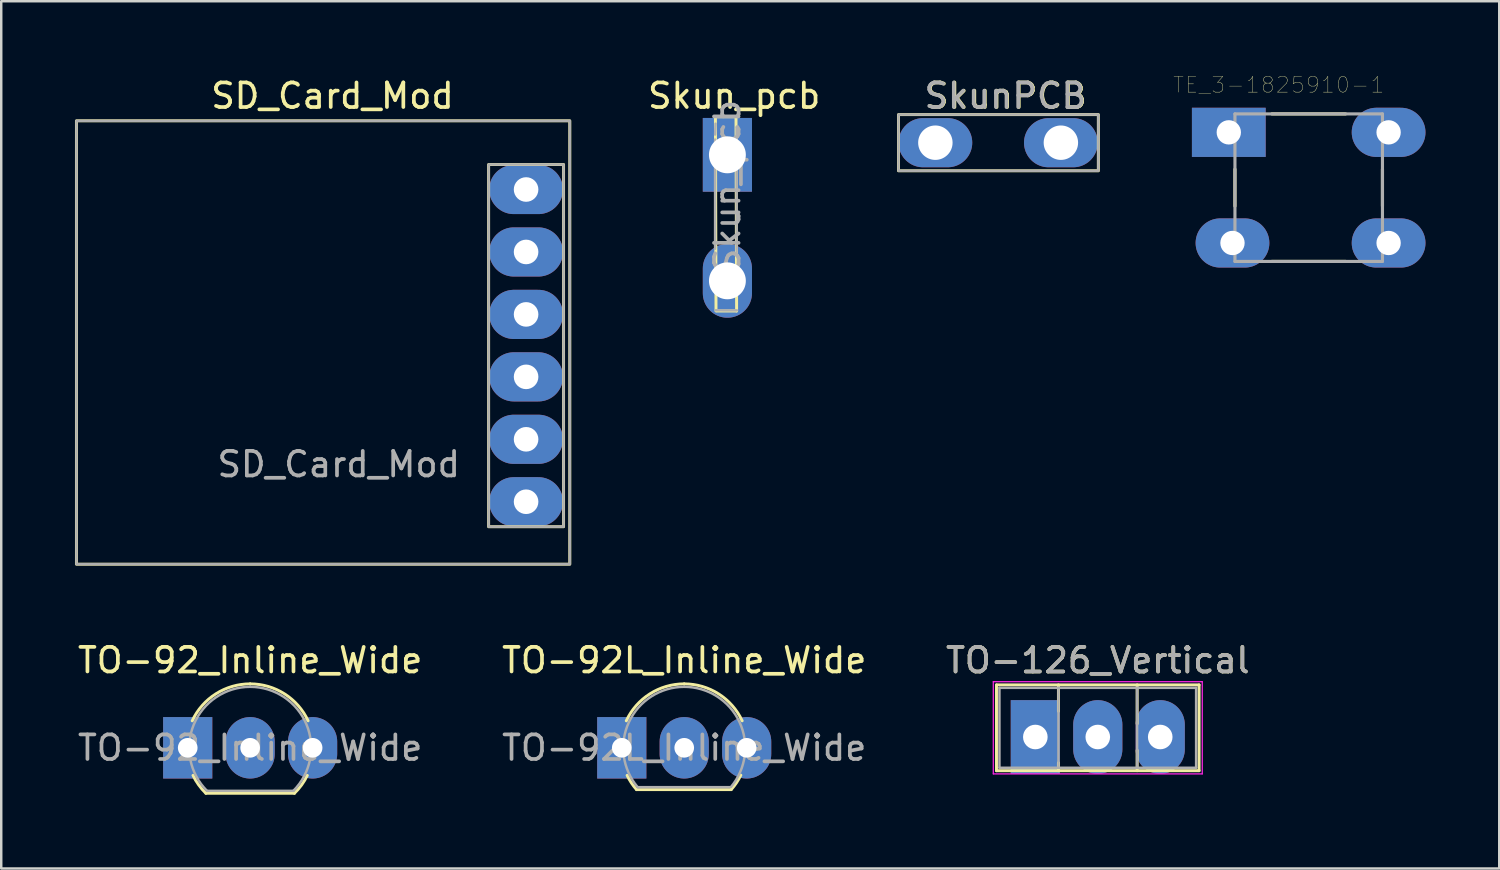
<source format=kicad_pcb>
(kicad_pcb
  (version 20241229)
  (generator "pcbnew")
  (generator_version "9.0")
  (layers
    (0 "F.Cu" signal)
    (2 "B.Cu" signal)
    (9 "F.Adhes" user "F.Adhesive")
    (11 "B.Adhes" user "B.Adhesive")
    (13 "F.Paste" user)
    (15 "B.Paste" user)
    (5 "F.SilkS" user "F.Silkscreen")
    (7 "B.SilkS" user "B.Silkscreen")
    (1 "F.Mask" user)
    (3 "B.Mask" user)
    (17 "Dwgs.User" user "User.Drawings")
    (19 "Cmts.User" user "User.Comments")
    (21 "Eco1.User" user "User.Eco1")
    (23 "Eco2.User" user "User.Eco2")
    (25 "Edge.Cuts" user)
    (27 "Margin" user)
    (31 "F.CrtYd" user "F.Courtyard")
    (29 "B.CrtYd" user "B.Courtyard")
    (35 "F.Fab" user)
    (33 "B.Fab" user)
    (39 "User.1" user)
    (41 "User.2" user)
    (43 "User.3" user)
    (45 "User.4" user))
  (footprint "Skun_pcb"
    (layer "F.Cu")
    (at 26.536 3.248)
    (property "Reference" "Skun_pcb" (at 0.275 -2.4 0) (layer "F.SilkS") (effects (font (size 1 1) (thickness 0.15))))
    (attr through_hole)
    (fp_line (start -0.463 6.35) (end -0.487 -1.55) (stroke (width 0.12) (type solid)) (layer "F.SilkS"))
    (fp_line (start 0.325 -1.55) (end -0.475 -1.55) (stroke (width 0.12) (type solid)) (layer "F.SilkS"))
    (fp_line (start 0.375 6.35) (end -0.425 6.35) (stroke (width 0.12) (type solid)) (layer "F.SilkS"))
    (fp_line (start 0.375 6.35) (end 0.35 -1.55) (stroke (width 0.12) (type solid)) (layer "F.SilkS"))
    (fp_line (start -0.504 -1.549) (end 0.354 -1.551) (stroke (width 0.1) (type solid)) (layer "F.Fab"))
    (fp_line (start -0.5 -0.825) (end -0.482 -1.268) (stroke (width 0.1) (type solid)) (layer "F.Fab"))
    (fp_line (start -0.5 3.822) (end -0.5 -0.623) (stroke (width 0.1) (type solid)) (layer "F.Fab"))
    (fp_line (start 0.375 -1.115) (end 0.375 3.965) (stroke (width 0.1) (type solid)) (layer "F.Fab"))
    (fp_line (start 0.388 6.326) (end -0.487 6.324) (stroke (width 0.1) (type solid)) (layer "F.Fab"))
    (fp_text user "${REFERENCE}" (at 0 1.27 90) (layer "F.Fab") (effects (font (size 1 1) (thickness 0.15))))
    (pad "1" thru_hole rect (at 0 0) (size 2 3) (drill 1.5) (layers "*.Cu" "*.Mask"))
    (pad "2" thru_hole oval (at 0 5.125) (size 2 3) (drill 1.5) (layers "*.Cu" "*.Mask")))
  (footprint "TE_3-1825910-1"
    (layer "F.Cu")
    (at 50.18 4.583)
    (property "Reference" "TE_3-1825910-1" (at -1.22 -4.182 180) (layer "F.SilkS") (effects (font (size 0.641 0.641) (thickness 0.015))))
    (attr through_hole)
    (fp_line (start -3 0.75) (end -3 -0.75) (stroke (width 0.127) (type solid)) (layer "F.SilkS"))
    (fp_line (start -1.5 -3) (end 1.5 -3) (stroke (width 0.127) (type solid)) (layer "F.SilkS"))
    (fp_line (start -1.5 3) (end 1.5 3) (stroke (width 0.127) (type solid)) (layer "F.SilkS"))
    (fp_line (start 3 -0.75) (end 3 0.75) (stroke (width 0.127) (type solid)) (layer "F.SilkS"))
    (fp_line (start -3 -3) (end 3 -3) (stroke (width 0.127) (type solid)) (layer "F.Fab"))
    (fp_line (start -3 3) (end -3 -3) (stroke (width 0.127) (type solid)) (layer "F.Fab"))
    (fp_line (start 3 -3) (end 3 3) (stroke (width 0.127) (type solid)) (layer "F.Fab"))
    (fp_line (start 3 3) (end -3 3) (stroke (width 0.127) (type solid)) (layer "F.Fab"))
    (pad "1" thru_hole rect (at -3.25 -2.25) (size 3 2) (drill 0.99) (layers "*.Cu" "*.Mask"))
    (pad "2" thru_hole oval (at 3.25 -2.25) (size 3 2) (drill 0.99) (layers "*.Cu" "*.Mask"))
    (pad "3" thru_hole oval (at -3.1 2.25) (size 3 2) (drill 0.99) (layers "*.Cu" "*.Mask"))
    (pad "4" thru_hole oval (at 3.25 2.25) (size 3 2) (drill 0.99) (layers "*.Cu" "*.Mask")))
  (footprint "TO-126_Vertical"
    (layer "F.Cu")
    (at 39.061 26.927)
    (property "Reference" "TO-126_Vertical" (at 2.54 -3.12 0) (layer "F.SilkS") (effects (font (size 1 1) (thickness 0.15))))
    (attr through_hole)
    (fp_line (start -1.58 -2.12) (end -1.58 1.37) (stroke (width 0.12) (type solid)) (layer "F.SilkS"))
    (fp_line (start -1.58 -2.12) (end 6.66 -2.12) (stroke (width 0.12) (type solid)) (layer "F.SilkS"))
    (fp_line (start -1.58 1.37) (end 6.66 1.37) (stroke (width 0.12) (type solid)) (layer "F.SilkS"))
    (fp_line (start 0.94 -2.12) (end 0.94 -1.05) (stroke (width 0.12) (type solid)) (layer "F.SilkS"))
    (fp_line (start 0.94 1.05) (end 0.94 1.37) (stroke (width 0.12) (type solid)) (layer "F.SilkS"))
    (fp_line (start 4.141 -2.12) (end 4.141 -0.54) (stroke (width 0.12) (type solid)) (layer "F.SilkS"))
    (fp_line (start 4.141 0.54) (end 4.141 1.37) (stroke (width 0.12) (type solid)) (layer "F.SilkS"))
    (fp_line (start 6.66 -2.12) (end 6.66 1.37) (stroke (width 0.12) (type solid)) (layer "F.SilkS"))
    (fp_line (start -1.71 -2.25) (end -1.71 1.5) (stroke (width 0.05) (type solid)) (layer "F.CrtYd"))
    (fp_line (start -1.71 1.5) (end 6.79 1.5) (stroke (width 0.05) (type solid)) (layer "F.CrtYd"))
    (fp_line (start 6.79 -2.25) (end -1.71 -2.25) (stroke (width 0.05) (type solid)) (layer "F.CrtYd"))
    (fp_line (start 6.79 1.5) (end 6.79 -2.25) (stroke (width 0.05) (type solid)) (layer "F.CrtYd"))
    (fp_line (start -1.46 -2) (end -1.46 1.25) (stroke (width 0.1) (type solid)) (layer "F.Fab"))
    (fp_line (start -1.46 1.25) (end 6.54 1.25) (stroke (width 0.1) (type solid)) (layer "F.Fab"))
    (fp_line (start 0.94 -2) (end 0.94 1.25) (stroke (width 0.1) (type solid)) (layer "F.Fab"))
    (fp_line (start 4.14 -2) (end 4.14 1.25) (stroke (width 0.1) (type solid)) (layer "F.Fab"))
    (fp_line (start 6.54 -2) (end -1.46 -2) (stroke (width 0.1) (type solid)) (layer "F.Fab"))
    (fp_line (start 6.54 1.25) (end 6.54 -2) (stroke (width 0.1) (type solid)) (layer "F.Fab"))
    (fp_text user "${REFERENCE}" (at 2.54 -3.12 0) (layer "F.Fab") (effects (font (size 1 1) (thickness 0.15))))
    (pad "1" thru_hole rect (at 0 0) (size 2 3) (drill 1) (layers "*.Cu" "*.Mask"))
    (pad "2" thru_hole oval (at 2.54 0) (size 2 3) (drill 1) (layers "*.Cu" "*.Mask"))
    (pad "3" thru_hole oval (at 5.08 0) (size 2 3) (drill 1) (layers "*.Cu" "*.Mask")))
  (footprint "TO-92L_Inline_Wide"
    (layer "F.Cu")
    (at 22.24 27.366)
    (property "Reference" "TO-92L_Inline_Wide" (at 2.54 -3.56 0) (layer "F.SilkS") (effects (font (size 1 1) (thickness 0.15))))
    (attr through_hole)
    (fp_line (start 0.6 1.7) (end 4.45 1.7) (stroke (width 0.12) (type solid)) (layer "F.SilkS"))
    (fp_arc (start 0.1836 -1.098807) (mid 1.143021 -2.192817) (end 2.54 -2.6) (stroke (width 0.12) (type solid)) (layer "F.SilkS"))
    (fp_arc (start 0.6 1.7) (mid 0.389183 1.423933) (end 0.217369 1.122045) (stroke (width 0.12) (type solid)) (layer "F.SilkS"))
    (fp_arc (start 2.54 -2.6) (mid 3.936979 -2.192818) (end 4.8964 -1.098807) (stroke (width 0.12) (type solid)) (layer "F.SilkS"))
    (fp_arc (start 4.842383 1.112264) (mid 4.666594 1.419753) (end 4.45 1.7) (stroke (width 0.12) (type solid)) (layer "F.SilkS"))
    (fp_line (start 0.65 1.6) (end 4.4 1.6) (stroke (width 0.1) (type solid)) (layer "F.Fab"))
    (fp_arc (start 0.647182 1.602385) (mid 0.290076 -1.043188) (end 2.54 -2.48) (stroke (width 0.1) (type solid)) (layer "F.Fab"))
    (fp_arc (start 2.54 -2.48) (mid 4.787211 -1.049019) (end 4.441103 1.592547) (stroke (width 0.1) (type solid)) (layer "F.Fab"))
    (fp_text user "${REFERENCE}" (at 2.54 0 0) (layer "F.Fab") (effects (font (size 1 1) (thickness 0.15))))
    (pad "1" thru_hole rect (at 0 0) (size 2 2.5) (drill 0.8) (layers "*.Cu" "*.Mask"))
    (pad "2" thru_hole oval (at 2.54 0) (size 2 2.5) (drill 0.8) (layers "*.Cu" "*.Mask"))
    (pad "3" thru_hole oval (at 5.08 0) (size 2 2.5) (drill 0.8) (layers "*.Cu" "*.Mask")))
  (footprint "SkunPCB"
    (layer "F.Cu")
    (at 37.535 2.652)
    (property "Reference" "SkunPCB" (at 0.33 -1.803 0) (unlocked yes) (layer "F.SilkS") (effects (font (size 1 1) (thickness 0.15))))
    (attr through_hole)
    (fp_rect (start -4.039 -1.041) (end 4.089 1.245) (stroke (width 0.12) (type solid)) (fill no) (layer "F.SilkS"))
    (fp_rect (start -4.039 -1.041) (end 4.089 1.245) (stroke (width 0.1) (type solid)) (fill no) (layer "F.Fab"))
    (fp_text user "${REFERENCE}" (at 0.305 -1.803 0) (unlocked yes) (layer "F.Fab") (effects (font (size 1 1) (thickness 0.15))))
    (pad "1" thru_hole oval (at -2.54 0.102) (size 3 2) (drill 1.4) (layers "*.Cu" "*.Mask"))
    (pad "2" thru_hole oval (at 2.565 0.102) (size 3 2) (drill 1.4) (layers "*.Cu" "*.Mask")))
  (footprint "SD_Card_Mod"
    (layer "F.Cu")
    (at 10.474 10.754)
    (property "Reference" "SD_Card_Mod" (at 0 -9.906 0) (unlocked yes) (layer "F.SilkS") (effects (font (size 1 1) (thickness 0.15))))
    (attr through_hole)
    (fp_rect (start -10.414 -8.89) (end 9.652 9.144) (stroke (width 0.12) (type solid)) (fill no) (layer "F.SilkS"))
    (fp_rect (start 6.35 -7.112) (end 9.398 7.62) (stroke (width 0.12) (type solid)) (fill no) (layer "F.SilkS"))
    (fp_rect (start -10.414 -8.89) (end 9.652 9.144) (stroke (width 0.1) (type solid)) (fill no) (layer "F.Fab"))
    (fp_rect (start 6.35 -7.112) (end 9.398 7.62) (stroke (width 0.1) (type solid)) (fill no) (layer "F.Fab"))
    (fp_text user "${REFERENCE}" (at 0.254 5.08 0) (unlocked yes) (layer "F.Fab") (effects (font (size 1 1) (thickness 0.15))))
    (pad "1" thru_hole oval (at 7.874 -6.096) (size 3 2) (drill 1) (layers "*.Cu" "*.Mask"))
    (pad "2" thru_hole oval (at 7.874 -3.556) (size 3 2) (drill 1) (layers "*.Cu" "*.Mask"))
    (pad "3" thru_hole oval (at 7.874 -1.016) (size 3 2) (drill 1) (layers "*.Cu" "*.Mask"))
    (pad "4" thru_hole oval (at 7.874 1.524) (size 3 2) (drill 1) (layers "*.Cu" "*.Mask"))
    (pad "5" thru_hole oval (at 7.874 4.064) (size 3 2) (drill 1) (layers "*.Cu" "*.Mask"))
    (pad "6" thru_hole oval (at 7.874 6.604) (size 3 2) (drill 1) (layers "*.Cu" "*.Mask")))
  (footprint "TO-92_Inline_Wide"
    (layer "F.Cu")
    (at 4.585 27.366)
    (property "Reference" "TO-92_Inline_Wide" (at 2.54 -3.56 0) (layer "F.SilkS") (effects (font (size 1 1) (thickness 0.15))))
    (attr through_hole)
    (fp_line (start 0.74 1.85) (end 4.34 1.85) (stroke (width 0.12) (type solid)) (layer "F.SilkS"))
    (fp_arc (start 0.1836 -1.098807) (mid 1.143021 -2.192817) (end 2.54 -2.6) (stroke (width 0.12) (type solid)) (layer "F.SilkS"))
    (fp_arc (start 0.74 1.85) (mid 0.446097 1.509328) (end 0.215816 1.122795) (stroke (width 0.12) (type solid)) (layer "F.SilkS"))
    (fp_arc (start 2.54 -2.6) (mid 3.936979 -2.192818) (end 4.8964 -1.098807) (stroke (width 0.12) (type solid)) (layer "F.SilkS"))
    (fp_arc (start 4.864184 1.122795) (mid 4.633903 1.509328) (end 4.34 1.85) (stroke (width 0.12) (type solid)) (layer "F.SilkS"))
    (fp_line (start 0.8 1.75) (end 4.3 1.75) (stroke (width 0.1) (type solid)) (layer "F.Fab"))
    (fp_arc (start 0.786375 1.753625) (mid 0.248779 -0.949055) (end 2.54 -2.48) (stroke (width 0.1) (type solid)) (layer "F.Fab"))
    (fp_arc (start 2.54 -2.48) (mid 4.831221 -0.949055) (end 4.293625 1.753625) (stroke (width 0.1) (type solid)) (layer "F.Fab"))
    (fp_text user "${REFERENCE}" (at 2.54 0 0) (layer "F.Fab") (effects (font (size 1 1) (thickness 0.15))))
    (pad "1" thru_hole rect (at 0 0) (size 2 2.5) (drill 0.8) (layers "*.Cu" "*.Mask"))
    (pad "2" thru_hole oval (at 2.54 0) (size 2 2.5) (drill 0.8) (layers "*.Cu" "*.Mask"))
    (pad "3" thru_hole oval (at 5.08 0) (size 2 2.5) (drill 0.8) (layers "*.Cu" "*.Mask")))
  (gr_rect
    (start -3 -3)
    (end 57.93 32.276)
    (stroke (width 0.1) (type default))
    (fill no)
    (layer "Edge.Cuts")))
</source>
